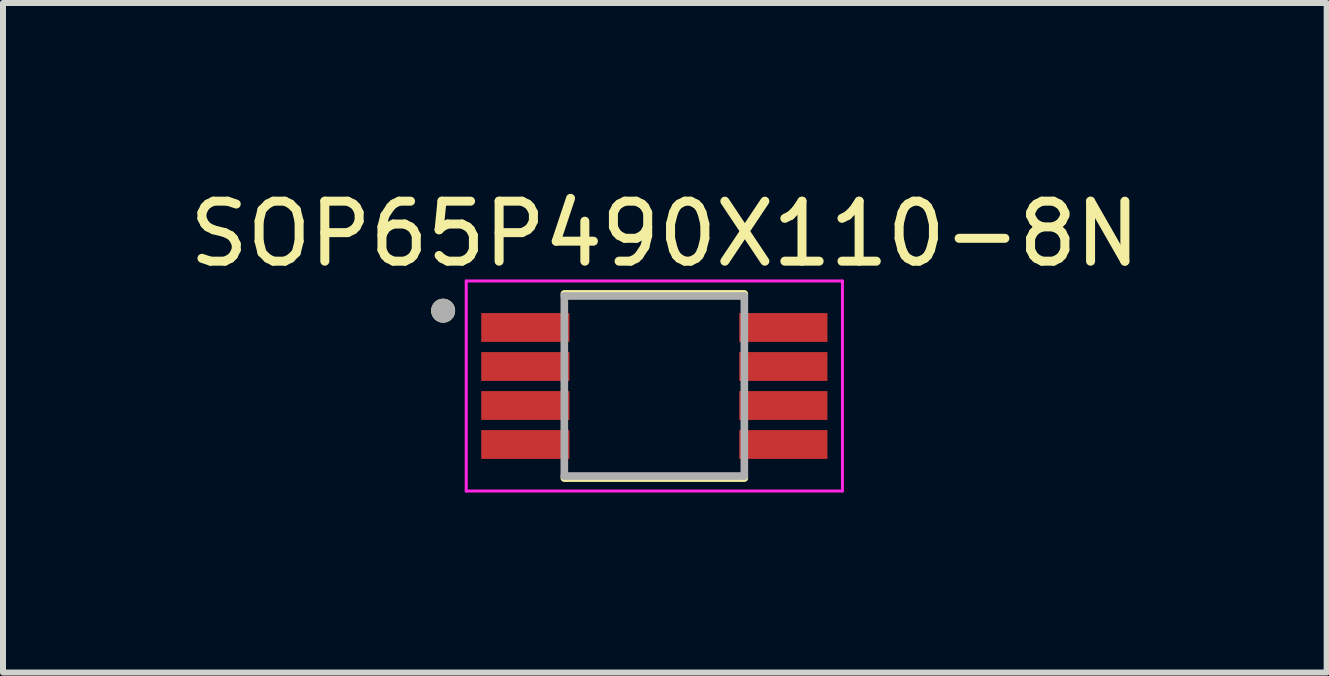
<source format=kicad_pcb>
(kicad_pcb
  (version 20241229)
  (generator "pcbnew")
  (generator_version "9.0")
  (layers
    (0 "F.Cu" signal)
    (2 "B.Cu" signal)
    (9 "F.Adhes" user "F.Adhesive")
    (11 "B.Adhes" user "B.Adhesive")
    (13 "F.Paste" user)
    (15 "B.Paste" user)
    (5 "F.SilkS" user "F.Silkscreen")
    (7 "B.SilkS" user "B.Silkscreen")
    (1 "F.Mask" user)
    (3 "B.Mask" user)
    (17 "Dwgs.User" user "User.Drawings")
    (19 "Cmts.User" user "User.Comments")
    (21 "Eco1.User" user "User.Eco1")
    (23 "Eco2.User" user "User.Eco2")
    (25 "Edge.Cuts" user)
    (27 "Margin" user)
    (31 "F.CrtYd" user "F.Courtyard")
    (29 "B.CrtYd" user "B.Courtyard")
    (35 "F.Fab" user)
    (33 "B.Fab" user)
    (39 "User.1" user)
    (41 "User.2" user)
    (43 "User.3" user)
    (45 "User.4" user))
  (footprint "SOP65P490X110-8N"
    (layer "F.Cu")
    (at 7.855 3.383)
    (property "Reference" "SOP65P490X110-8N" (at 0.175 -2.535 0) (layer "F.SilkS") (effects (font (size 1 1) (thickness 0.15))))
    (attr through_hole)
    (fp_line (start -1.5 -1.535) (end 1.5 -1.535) (stroke (width 0.127) (type solid)) (layer "F.SilkS"))
    (fp_line (start -1.5 1.535) (end 1.5 1.535) (stroke (width 0.127) (type solid)) (layer "F.SilkS"))
    (fp_circle (center -3.52 -1.255) (end -3.42 -1.255) (stroke (width 0.2) (type solid)) (fill no) (layer "F.SilkS"))
    (fp_line (start -3.135 -1.75) (end -3.135 1.75) (stroke (width 0.05) (type solid)) (layer "F.CrtYd"))
    (fp_line (start -3.135 -1.75) (end 3.135 -1.75) (stroke (width 0.05) (type solid)) (layer "F.CrtYd"))
    (fp_line (start -3.135 1.75) (end 3.135 1.75) (stroke (width 0.05) (type solid)) (layer "F.CrtYd"))
    (fp_line (start 3.135 -1.75) (end 3.135 1.75) (stroke (width 0.05) (type solid)) (layer "F.CrtYd"))
    (fp_line (start -1.5 -1.5) (end -1.5 1.5) (stroke (width 0.127) (type solid)) (layer "F.Fab"))
    (fp_line (start -1.5 -1.5) (end 1.5 -1.5) (stroke (width 0.127) (type solid)) (layer "F.Fab"))
    (fp_line (start -1.5 1.5) (end 1.5 1.5) (stroke (width 0.127) (type solid)) (layer "F.Fab"))
    (fp_line (start 1.5 -1.5) (end 1.5 1.5) (stroke (width 0.127) (type solid)) (layer "F.Fab"))
    (fp_circle (center -3.52 -1.255) (end -3.42 -1.255) (stroke (width 0.2) (type solid)) (fill no) (layer "F.Fab"))
    (pad "1" smd rect (at -2.15 -0.975) (size 1.47 0.48) (layers "F.Cu" "F.Mask" "F.Paste"))
    (pad "2" smd rect (at -2.15 -0.325) (size 1.47 0.48) (layers "F.Cu" "F.Mask" "F.Paste"))
    (pad "3" smd rect (at -2.15 0.325) (size 1.47 0.48) (layers "F.Cu" "F.Mask" "F.Paste"))
    (pad "4" smd rect (at -2.15 0.975) (size 1.47 0.48) (layers "F.Cu" "F.Mask" "F.Paste"))
    (pad "5" smd rect (at 2.15 0.975) (size 1.47 0.48) (layers "F.Cu" "F.Mask" "F.Paste"))
    (pad "6" smd rect (at 2.15 0.325) (size 1.47 0.48) (layers "F.Cu" "F.Mask" "F.Paste"))
    (pad "7" smd rect (at 2.15 -0.325) (size 1.47 0.48) (layers "F.Cu" "F.Mask" "F.Paste"))
    (pad "8" smd rect (at 2.15 -0.975) (size 1.47 0.48) (layers "F.Cu" "F.Mask" "F.Paste")))
  (gr_rect
    (start -3 -3)
    (end 19.06 8.158)
    (stroke (width 0.1) (type default))
    (fill no)
    (layer "Edge.Cuts")))
</source>
